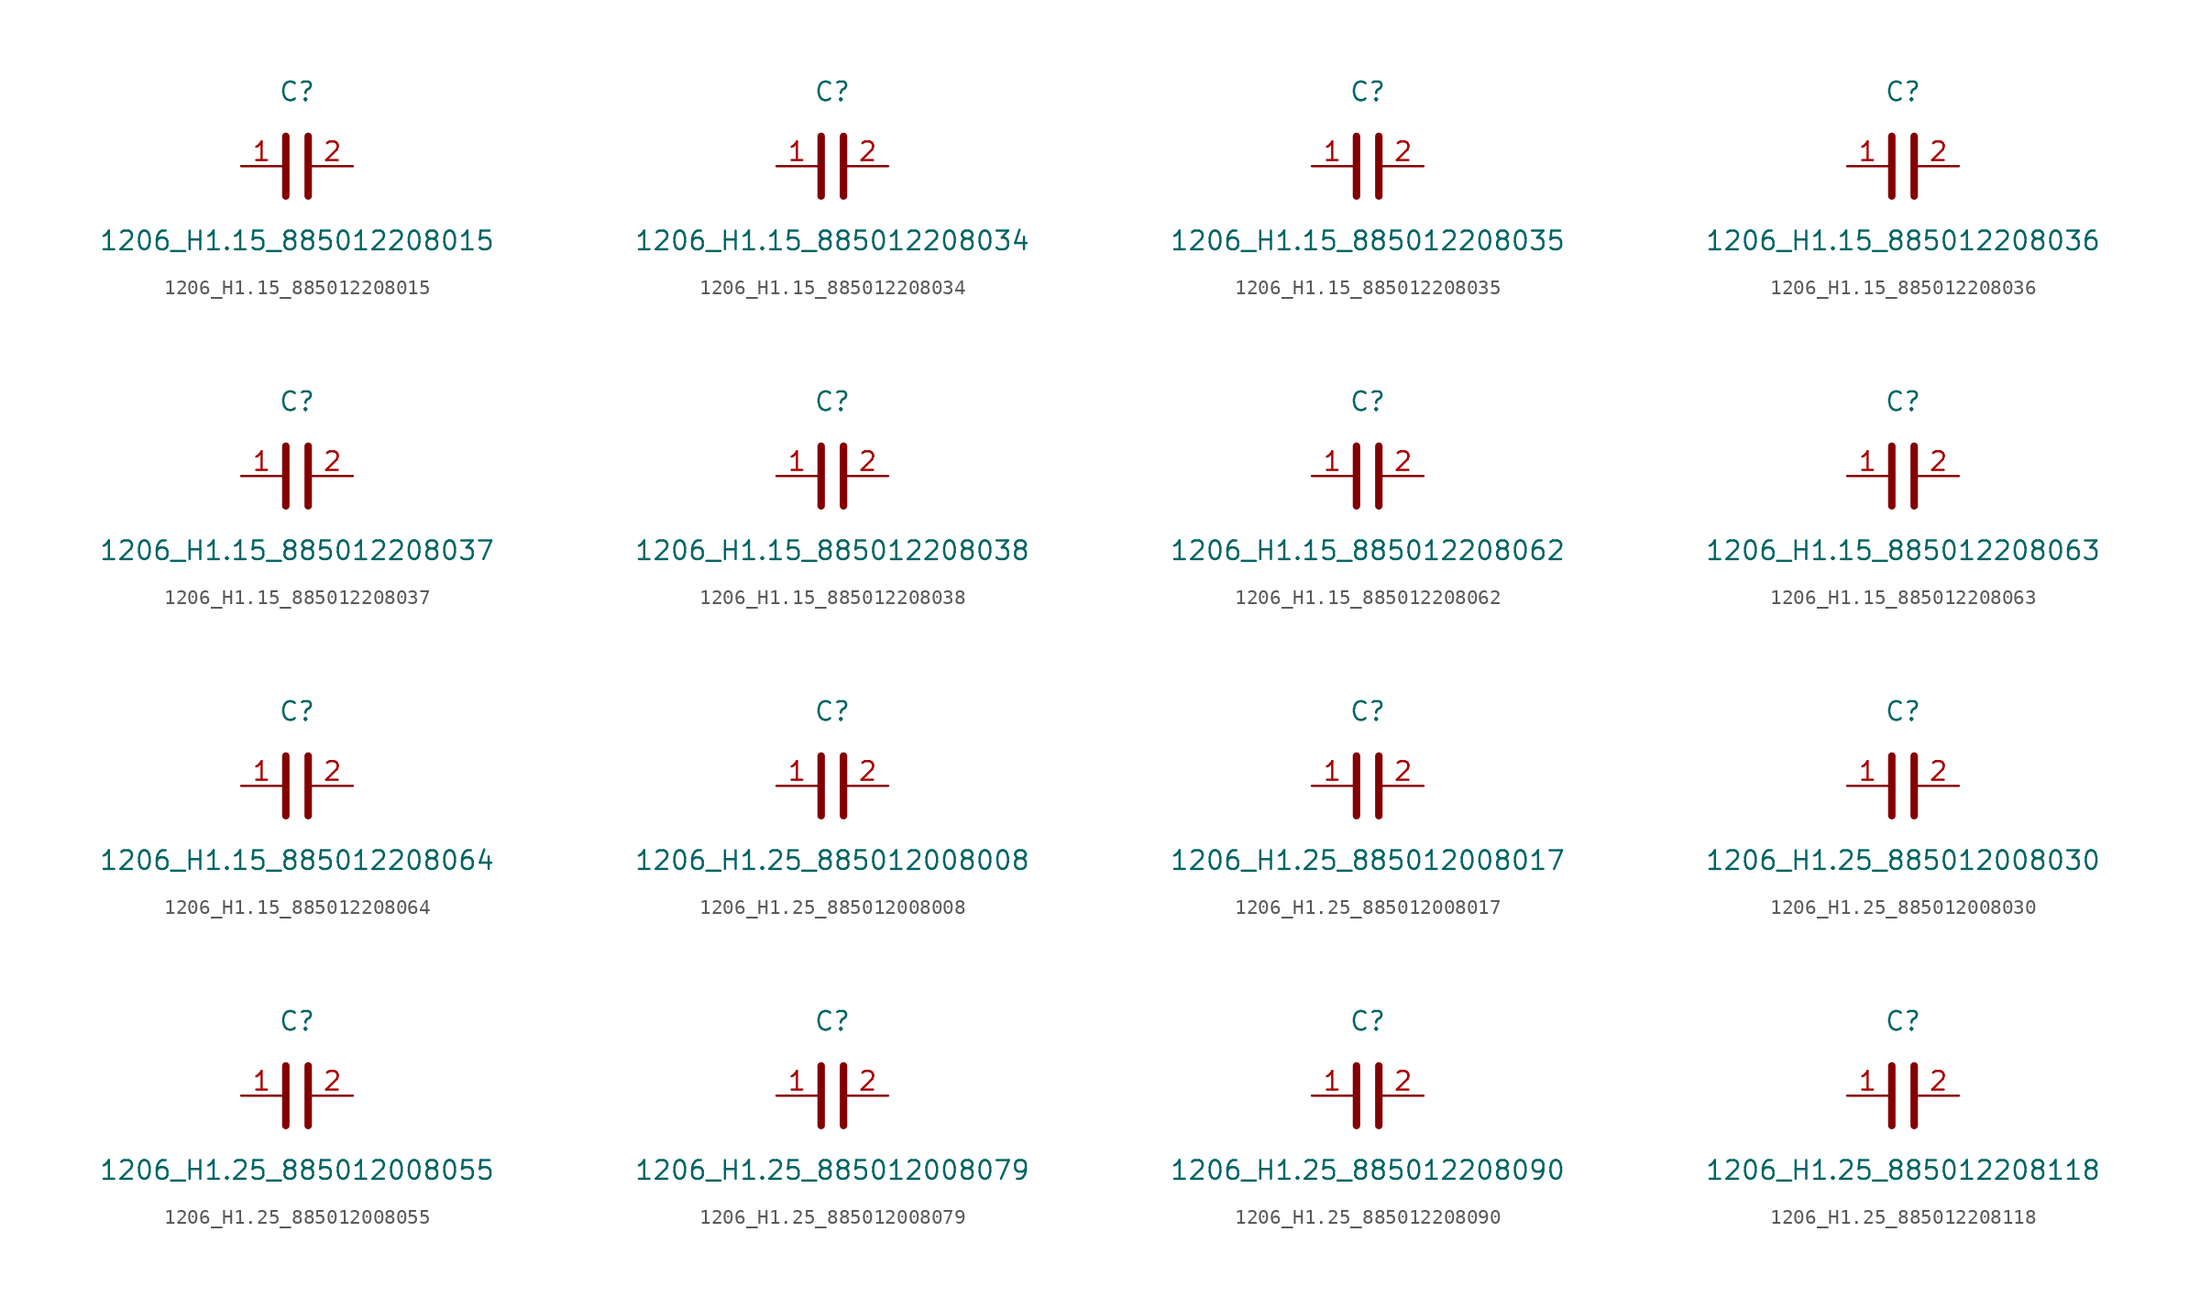
<source format=kicad_sym>
(kicad_symbol_lib
  (version 20220914)
  (generator kicad_symbol_editor)
  (symbol "1206_H1.15_885012208015"
    (pin_names hide)
    (property "Reference" "C"
      (at 0 5.08 0)
      (effects (font (size 1.27 1.27))))
    (property "Value" "1206_H1.15_885012208015"
      (at 0 -5.08 0)
      (effects (font (size 1.27 1.27))))
    (symbol "1206_H1.15_885012208015_0_1"
      (polyline (pts (xy -0.762 -2.032) (xy -0.762 2.032)) (stroke (width 0.508) (type default)) (fill (type none)))
      (polyline (pts (xy 0.762 -2.032) (xy 0.762 2.032)) (stroke (width 0.508) (type default)) (fill (type none))))
    (symbol "1206_H1.15_885012208015_1_1"
      (pin passive line (at -3.81 0 0) (length 2.794) (name "1" (effects (font (size 1.27 1.27)))) (number "1" (effects (font (size 1.27 1.27)))))
      (pin passive line (at 3.81 0 180) (length 2.794) (name "2" (effects (font (size 1.27 1.27)))) (number "2" (effects (font (size 1.27 1.27)))))))
  (symbol "1206_H1.15_885012208034"
    (pin_names hide)
    (property "Reference" "C"
      (at 0 5.08 0)
      (effects (font (size 1.27 1.27))))
    (property "Value" "1206_H1.15_885012208034"
      (at 0 -5.08 0)
      (effects (font (size 1.27 1.27))))
    (symbol "1206_H1.15_885012208034_0_1"
      (polyline (pts (xy -0.762 -2.032) (xy -0.762 2.032)) (stroke (width 0.508) (type default)) (fill (type none)))
      (polyline (pts (xy 0.762 -2.032) (xy 0.762 2.032)) (stroke (width 0.508) (type default)) (fill (type none))))
    (symbol "1206_H1.15_885012208034_1_1"
      (pin passive line (at -3.81 0 0) (length 2.794) (name "1" (effects (font (size 1.27 1.27)))) (number "1" (effects (font (size 1.27 1.27)))))
      (pin passive line (at 3.81 0 180) (length 2.794) (name "2" (effects (font (size 1.27 1.27)))) (number "2" (effects (font (size 1.27 1.27)))))))
  (symbol "1206_H1.15_885012208035"
    (pin_names hide)
    (property "Reference" "C"
      (at 0 5.08 0)
      (effects (font (size 1.27 1.27))))
    (property "Value" "1206_H1.15_885012208035"
      (at 0 -5.08 0)
      (effects (font (size 1.27 1.27))))
    (symbol "1206_H1.15_885012208035_0_1"
      (polyline (pts (xy -0.762 -2.032) (xy -0.762 2.032)) (stroke (width 0.508) (type default)) (fill (type none)))
      (polyline (pts (xy 0.762 -2.032) (xy 0.762 2.032)) (stroke (width 0.508) (type default)) (fill (type none))))
    (symbol "1206_H1.15_885012208035_1_1"
      (pin passive line (at -3.81 0 0) (length 2.794) (name "1" (effects (font (size 1.27 1.27)))) (number "1" (effects (font (size 1.27 1.27)))))
      (pin passive line (at 3.81 0 180) (length 2.794) (name "2" (effects (font (size 1.27 1.27)))) (number "2" (effects (font (size 1.27 1.27)))))))
  (symbol "1206_H1.15_885012208036"
    (pin_names hide)
    (property "Reference" "C"
      (at 0 5.08 0)
      (effects (font (size 1.27 1.27))))
    (property "Value" "1206_H1.15_885012208036"
      (at 0 -5.08 0)
      (effects (font (size 1.27 1.27))))
    (symbol "1206_H1.15_885012208036_0_1"
      (polyline (pts (xy -0.762 -2.032) (xy -0.762 2.032)) (stroke (width 0.508) (type default)) (fill (type none)))
      (polyline (pts (xy 0.762 -2.032) (xy 0.762 2.032)) (stroke (width 0.508) (type default)) (fill (type none))))
    (symbol "1206_H1.15_885012208036_1_1"
      (pin passive line (at -3.81 0 0) (length 2.794) (name "1" (effects (font (size 1.27 1.27)))) (number "1" (effects (font (size 1.27 1.27)))))
      (pin passive line (at 3.81 0 180) (length 2.794) (name "2" (effects (font (size 1.27 1.27)))) (number "2" (effects (font (size 1.27 1.27)))))))
  (symbol "1206_H1.15_885012208037"
    (pin_names hide)
    (property "Reference" "C"
      (at 0 5.08 0)
      (effects (font (size 1.27 1.27))))
    (property "Value" "1206_H1.15_885012208037"
      (at 0 -5.08 0)
      (effects (font (size 1.27 1.27))))
    (symbol "1206_H1.15_885012208037_0_1"
      (polyline (pts (xy -0.762 -2.032) (xy -0.762 2.032)) (stroke (width 0.508) (type default)) (fill (type none)))
      (polyline (pts (xy 0.762 -2.032) (xy 0.762 2.032)) (stroke (width 0.508) (type default)) (fill (type none))))
    (symbol "1206_H1.15_885012208037_1_1"
      (pin passive line (at -3.81 0 0) (length 2.794) (name "1" (effects (font (size 1.27 1.27)))) (number "1" (effects (font (size 1.27 1.27)))))
      (pin passive line (at 3.81 0 180) (length 2.794) (name "2" (effects (font (size 1.27 1.27)))) (number "2" (effects (font (size 1.27 1.27)))))))
  (symbol "1206_H1.15_885012208038"
    (pin_names hide)
    (property "Reference" "C"
      (at 0 5.08 0)
      (effects (font (size 1.27 1.27))))
    (property "Value" "1206_H1.15_885012208038"
      (at 0 -5.08 0)
      (effects (font (size 1.27 1.27))))
    (symbol "1206_H1.15_885012208038_0_1"
      (polyline (pts (xy -0.762 -2.032) (xy -0.762 2.032)) (stroke (width 0.508) (type default)) (fill (type none)))
      (polyline (pts (xy 0.762 -2.032) (xy 0.762 2.032)) (stroke (width 0.508) (type default)) (fill (type none))))
    (symbol "1206_H1.15_885012208038_1_1"
      (pin passive line (at -3.81 0 0) (length 2.794) (name "1" (effects (font (size 1.27 1.27)))) (number "1" (effects (font (size 1.27 1.27)))))
      (pin passive line (at 3.81 0 180) (length 2.794) (name "2" (effects (font (size 1.27 1.27)))) (number "2" (effects (font (size 1.27 1.27)))))))
  (symbol "1206_H1.15_885012208062"
    (pin_names hide)
    (property "Reference" "C"
      (at 0 5.08 0)
      (effects (font (size 1.27 1.27))))
    (property "Value" "1206_H1.15_885012208062"
      (at 0 -5.08 0)
      (effects (font (size 1.27 1.27))))
    (symbol "1206_H1.15_885012208062_0_1"
      (polyline (pts (xy -0.762 -2.032) (xy -0.762 2.032)) (stroke (width 0.508) (type default)) (fill (type none)))
      (polyline (pts (xy 0.762 -2.032) (xy 0.762 2.032)) (stroke (width 0.508) (type default)) (fill (type none))))
    (symbol "1206_H1.15_885012208062_1_1"
      (pin passive line (at -3.81 0 0) (length 2.794) (name "1" (effects (font (size 1.27 1.27)))) (number "1" (effects (font (size 1.27 1.27)))))
      (pin passive line (at 3.81 0 180) (length 2.794) (name "2" (effects (font (size 1.27 1.27)))) (number "2" (effects (font (size 1.27 1.27)))))))
  (symbol "1206_H1.15_885012208063"
    (pin_names hide)
    (property "Reference" "C"
      (at 0 5.08 0)
      (effects (font (size 1.27 1.27))))
    (property "Value" "1206_H1.15_885012208063"
      (at 0 -5.08 0)
      (effects (font (size 1.27 1.27))))
    (symbol "1206_H1.15_885012208063_0_1"
      (polyline (pts (xy -0.762 -2.032) (xy -0.762 2.032)) (stroke (width 0.508) (type default)) (fill (type none)))
      (polyline (pts (xy 0.762 -2.032) (xy 0.762 2.032)) (stroke (width 0.508) (type default)) (fill (type none))))
    (symbol "1206_H1.15_885012208063_1_1"
      (pin passive line (at -3.81 0 0) (length 2.794) (name "1" (effects (font (size 1.27 1.27)))) (number "1" (effects (font (size 1.27 1.27)))))
      (pin passive line (at 3.81 0 180) (length 2.794) (name "2" (effects (font (size 1.27 1.27)))) (number "2" (effects (font (size 1.27 1.27)))))))
  (symbol "1206_H1.15_885012208064"
    (pin_names hide)
    (property "Reference" "C"
      (at 0 5.08 0)
      (effects (font (size 1.27 1.27))))
    (property "Value" "1206_H1.15_885012208064"
      (at 0 -5.08 0)
      (effects (font (size 1.27 1.27))))
    (symbol "1206_H1.15_885012208064_0_1"
      (polyline (pts (xy -0.762 -2.032) (xy -0.762 2.032)) (stroke (width 0.508) (type default)) (fill (type none)))
      (polyline (pts (xy 0.762 -2.032) (xy 0.762 2.032)) (stroke (width 0.508) (type default)) (fill (type none))))
    (symbol "1206_H1.15_885012208064_1_1"
      (pin passive line (at -3.81 0 0) (length 2.794) (name "1" (effects (font (size 1.27 1.27)))) (number "1" (effects (font (size 1.27 1.27)))))
      (pin passive line (at 3.81 0 180) (length 2.794) (name "2" (effects (font (size 1.27 1.27)))) (number "2" (effects (font (size 1.27 1.27)))))))
  (symbol "1206_H1.25_885012008008"
    (pin_names hide)
    (property "Reference" "C"
      (at 0 5.08 0)
      (effects (font (size 1.27 1.27))))
    (property "Value" "1206_H1.25_885012008008"
      (at 0 -5.08 0)
      (effects (font (size 1.27 1.27))))
    (symbol "1206_H1.25_885012008008_0_1"
      (polyline (pts (xy -0.762 -2.032) (xy -0.762 2.032)) (stroke (width 0.508) (type default)) (fill (type none)))
      (polyline (pts (xy 0.762 -2.032) (xy 0.762 2.032)) (stroke (width 0.508) (type default)) (fill (type none))))
    (symbol "1206_H1.25_885012008008_1_1"
      (pin passive line (at -3.81 0 0) (length 2.794) (name "1" (effects (font (size 1.27 1.27)))) (number "1" (effects (font (size 1.27 1.27)))))
      (pin passive line (at 3.81 0 180) (length 2.794) (name "2" (effects (font (size 1.27 1.27)))) (number "2" (effects (font (size 1.27 1.27)))))))
  (symbol "1206_H1.25_885012008017"
    (pin_names hide)
    (property "Reference" "C"
      (at 0 5.08 0)
      (effects (font (size 1.27 1.27))))
    (property "Value" "1206_H1.25_885012008017"
      (at 0 -5.08 0)
      (effects (font (size 1.27 1.27))))
    (symbol "1206_H1.25_885012008017_0_1"
      (polyline (pts (xy -0.762 -2.032) (xy -0.762 2.032)) (stroke (width 0.508) (type default)) (fill (type none)))
      (polyline (pts (xy 0.762 -2.032) (xy 0.762 2.032)) (stroke (width 0.508) (type default)) (fill (type none))))
    (symbol "1206_H1.25_885012008017_1_1"
      (pin passive line (at -3.81 0 0) (length 2.794) (name "1" (effects (font (size 1.27 1.27)))) (number "1" (effects (font (size 1.27 1.27)))))
      (pin passive line (at 3.81 0 180) (length 2.794) (name "2" (effects (font (size 1.27 1.27)))) (number "2" (effects (font (size 1.27 1.27)))))))
  (symbol "1206_H1.25_885012008030"
    (pin_names hide)
    (property "Reference" "C"
      (at 0 5.08 0)
      (effects (font (size 1.27 1.27))))
    (property "Value" "1206_H1.25_885012008030"
      (at 0 -5.08 0)
      (effects (font (size 1.27 1.27))))
    (symbol "1206_H1.25_885012008030_0_1"
      (polyline (pts (xy -0.762 -2.032) (xy -0.762 2.032)) (stroke (width 0.508) (type default)) (fill (type none)))
      (polyline (pts (xy 0.762 -2.032) (xy 0.762 2.032)) (stroke (width 0.508) (type default)) (fill (type none))))
    (symbol "1206_H1.25_885012008030_1_1"
      (pin passive line (at -3.81 0 0) (length 2.794) (name "1" (effects (font (size 1.27 1.27)))) (number "1" (effects (font (size 1.27 1.27)))))
      (pin passive line (at 3.81 0 180) (length 2.794) (name "2" (effects (font (size 1.27 1.27)))) (number "2" (effects (font (size 1.27 1.27)))))))
  (symbol "1206_H1.25_885012008055"
    (pin_names hide)
    (property "Reference" "C"
      (at 0 5.08 0)
      (effects (font (size 1.27 1.27))))
    (property "Value" "1206_H1.25_885012008055"
      (at 0 -5.08 0)
      (effects (font (size 1.27 1.27))))
    (symbol "1206_H1.25_885012008055_0_1"
      (polyline (pts (xy -0.762 -2.032) (xy -0.762 2.032)) (stroke (width 0.508) (type default)) (fill (type none)))
      (polyline (pts (xy 0.762 -2.032) (xy 0.762 2.032)) (stroke (width 0.508) (type default)) (fill (type none))))
    (symbol "1206_H1.25_885012008055_1_1"
      (pin passive line (at -3.81 0 0) (length 2.794) (name "1" (effects (font (size 1.27 1.27)))) (number "1" (effects (font (size 1.27 1.27)))))
      (pin passive line (at 3.81 0 180) (length 2.794) (name "2" (effects (font (size 1.27 1.27)))) (number "2" (effects (font (size 1.27 1.27)))))))
  (symbol "1206_H1.25_885012008079"
    (pin_names hide)
    (property "Reference" "C"
      (at 0 5.08 0)
      (effects (font (size 1.27 1.27))))
    (property "Value" "1206_H1.25_885012008079"
      (at 0 -5.08 0)
      (effects (font (size 1.27 1.27))))
    (symbol "1206_H1.25_885012008079_0_1"
      (polyline (pts (xy -0.762 -2.032) (xy -0.762 2.032)) (stroke (width 0.508) (type default)) (fill (type none)))
      (polyline (pts (xy 0.762 -2.032) (xy 0.762 2.032)) (stroke (width 0.508) (type default)) (fill (type none))))
    (symbol "1206_H1.25_885012008079_1_1"
      (pin passive line (at -3.81 0 0) (length 2.794) (name "1" (effects (font (size 1.27 1.27)))) (number "1" (effects (font (size 1.27 1.27)))))
      (pin passive line (at 3.81 0 180) (length 2.794) (name "2" (effects (font (size 1.27 1.27)))) (number "2" (effects (font (size 1.27 1.27)))))))
  (symbol "1206_H1.25_885012208090"
    (pin_names hide)
    (property "Reference" "C"
      (at 0 5.08 0)
      (effects (font (size 1.27 1.27))))
    (property "Value" "1206_H1.25_885012208090"
      (at 0 -5.08 0)
      (effects (font (size 1.27 1.27))))
    (symbol "1206_H1.25_885012208090_0_1"
      (polyline (pts (xy -0.762 -2.032) (xy -0.762 2.032)) (stroke (width 0.508) (type default)) (fill (type none)))
      (polyline (pts (xy 0.762 -2.032) (xy 0.762 2.032)) (stroke (width 0.508) (type default)) (fill (type none))))
    (symbol "1206_H1.25_885012208090_1_1"
      (pin passive line (at -3.81 0 0) (length 2.794) (name "1" (effects (font (size 1.27 1.27)))) (number "1" (effects (font (size 1.27 1.27)))))
      (pin passive line (at 3.81 0 180) (length 2.794) (name "2" (effects (font (size 1.27 1.27)))) (number "2" (effects (font (size 1.27 1.27)))))))
  (symbol "1206_H1.25_885012208118"
    (pin_names hide)
    (property "Reference" "C"
      (at 0 5.08 0)
      (effects (font (size 1.27 1.27))))
    (property "Value" "1206_H1.25_885012208118"
      (at 0 -5.08 0)
      (effects (font (size 1.27 1.27))))
    (symbol "1206_H1.25_885012208118_0_1"
      (polyline (pts (xy -0.762 -2.032) (xy -0.762 2.032)) (stroke (width 0.508) (type default)) (fill (type none)))
      (polyline (pts (xy 0.762 -2.032) (xy 0.762 2.032)) (stroke (width 0.508) (type default)) (fill (type none))))
    (symbol "1206_H1.25_885012208118_1_1"
      (pin passive line (at -3.81 0 0) (length 2.794) (name "1" (effects (font (size 1.27 1.27)))) (number "1" (effects (font (size 1.27 1.27)))))
      (pin passive line (at 3.81 0 180) (length 2.794) (name "2" (effects (font (size 1.27 1.27)))) (number "2" (effects (font (size 1.27 1.27))))))))
</source>
